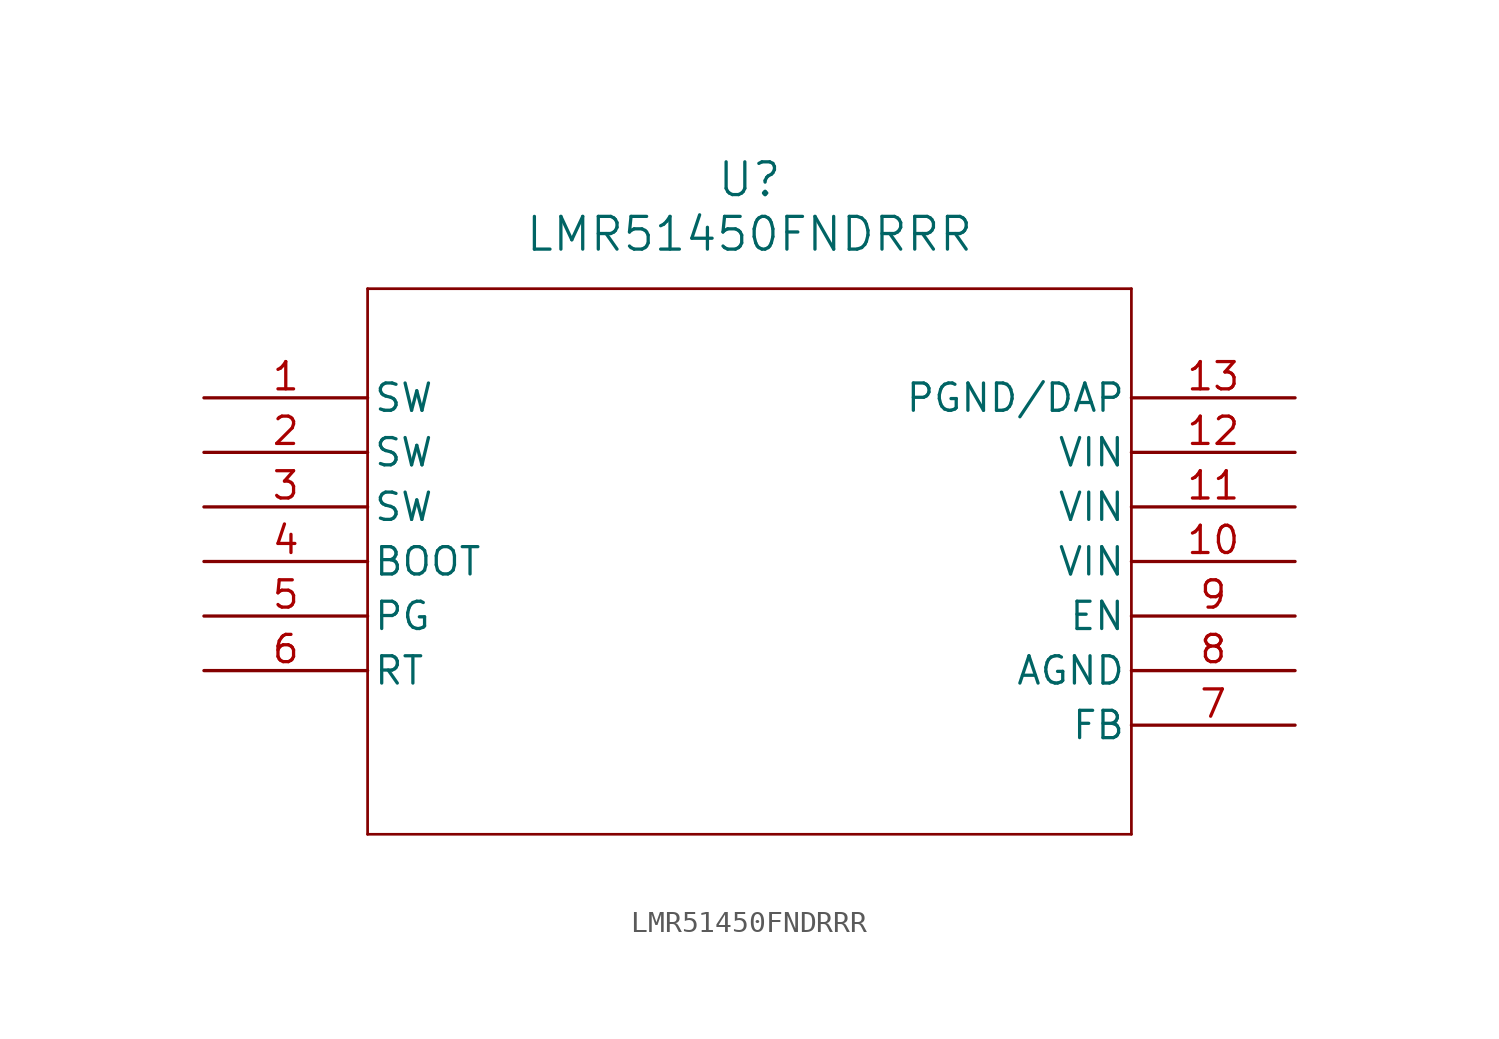
<source format=kicad_sym>
(kicad_symbol_lib
  (version 20220914)
  (generator kicad_symbol_editor)
  (symbol "LMR51450FNDRRR"
    (pin_names
      (offset 0.254))
    (property "Reference" "U"
      (at 25.4 10.16 0)
      (effects (font (size 1.524 1.524))))
    (property "Value" "LMR51450FNDRRR"
      (at 25.4 7.62 0)
      (effects (font (size 1.524 1.524))))
    (property "ki_locked" ""
      (at 0 0 0)
      (effects (font (size 1.27 1.27))))
    (symbol "LMR51450FNDRRR_0_1"
      (polyline (pts (xy 7.62 -20.32) (xy 43.18 -20.32)) (stroke (width 0.127) (type default)) (fill (type none)))
      (polyline (pts (xy 7.62 5.08) (xy 7.62 -20.32)) (stroke (width 0.127) (type default)) (fill (type none)))
      (polyline (pts (xy 43.18 -20.32) (xy 43.18 5.08)) (stroke (width 0.127) (type default)) (fill (type none)))
      (polyline (pts (xy 43.18 5.08) (xy 7.62 5.08)) (stroke (width 0.127) (type default)) (fill (type none)))
      (pin unspecified line (at 0 0 0) (length 7.62) (name "SW" (effects (font (size 1.27 1.27)))) (number "1" (effects (font (size 1.27 1.27)))))
      (pin unspecified line (at 50.8 -7.62 180) (length 7.62) (name "VIN" (effects (font (size 1.27 1.27)))) (number "10" (effects (font (size 1.27 1.27)))))
      (pin unspecified line (at 50.8 -5.08 180) (length 7.62) (name "VIN" (effects (font (size 1.27 1.27)))) (number "11" (effects (font (size 1.27 1.27)))))
      (pin unspecified line (at 50.8 -2.54 180) (length 7.62) (name "VIN" (effects (font (size 1.27 1.27)))) (number "12" (effects (font (size 1.27 1.27)))))
      (pin power_out line (at 50.8 0 180) (length 7.62) (name "PGND/DAP" (effects (font (size 1.27 1.27)))) (number "13" (effects (font (size 1.27 1.27)))))
      (pin unspecified line (at 0 -2.54 0) (length 7.62) (name "SW" (effects (font (size 1.27 1.27)))) (number "2" (effects (font (size 1.27 1.27)))))
      (pin unspecified line (at 0 -5.08 0) (length 7.62) (name "SW" (effects (font (size 1.27 1.27)))) (number "3" (effects (font (size 1.27 1.27)))))
      (pin unspecified line (at 0 -7.62 0) (length 7.62) (name "BOOT" (effects (font (size 1.27 1.27)))) (number "4" (effects (font (size 1.27 1.27)))))
      (pin unspecified line (at 0 -10.16 0) (length 7.62) (name "PG" (effects (font (size 1.27 1.27)))) (number "5" (effects (font (size 1.27 1.27)))))
      (pin unspecified line (at 50.8 -15.24 180) (length 7.62) (name "FB" (effects (font (size 1.27 1.27)))) (number "7" (effects (font (size 1.27 1.27)))))
      (pin power_out line (at 50.8 -12.7 180) (length 7.62) (name "AGND" (effects (font (size 1.27 1.27)))) (number "8" (effects (font (size 1.27 1.27)))))
      (pin unspecified line (at 50.8 -10.16 180) (length 7.62) (name "EN" (effects (font (size 1.27 1.27)))) (number "9" (effects (font (size 1.27 1.27))))))
    (symbol "LMR51450FNDRRR_1_1"
      (pin unspecified line (at 0 -12.7 0) (length 7.62) (name "RT" (effects (font (size 1.27 1.27)))) (number "6" (effects (font (size 1.27 1.27))))))))
</source>
